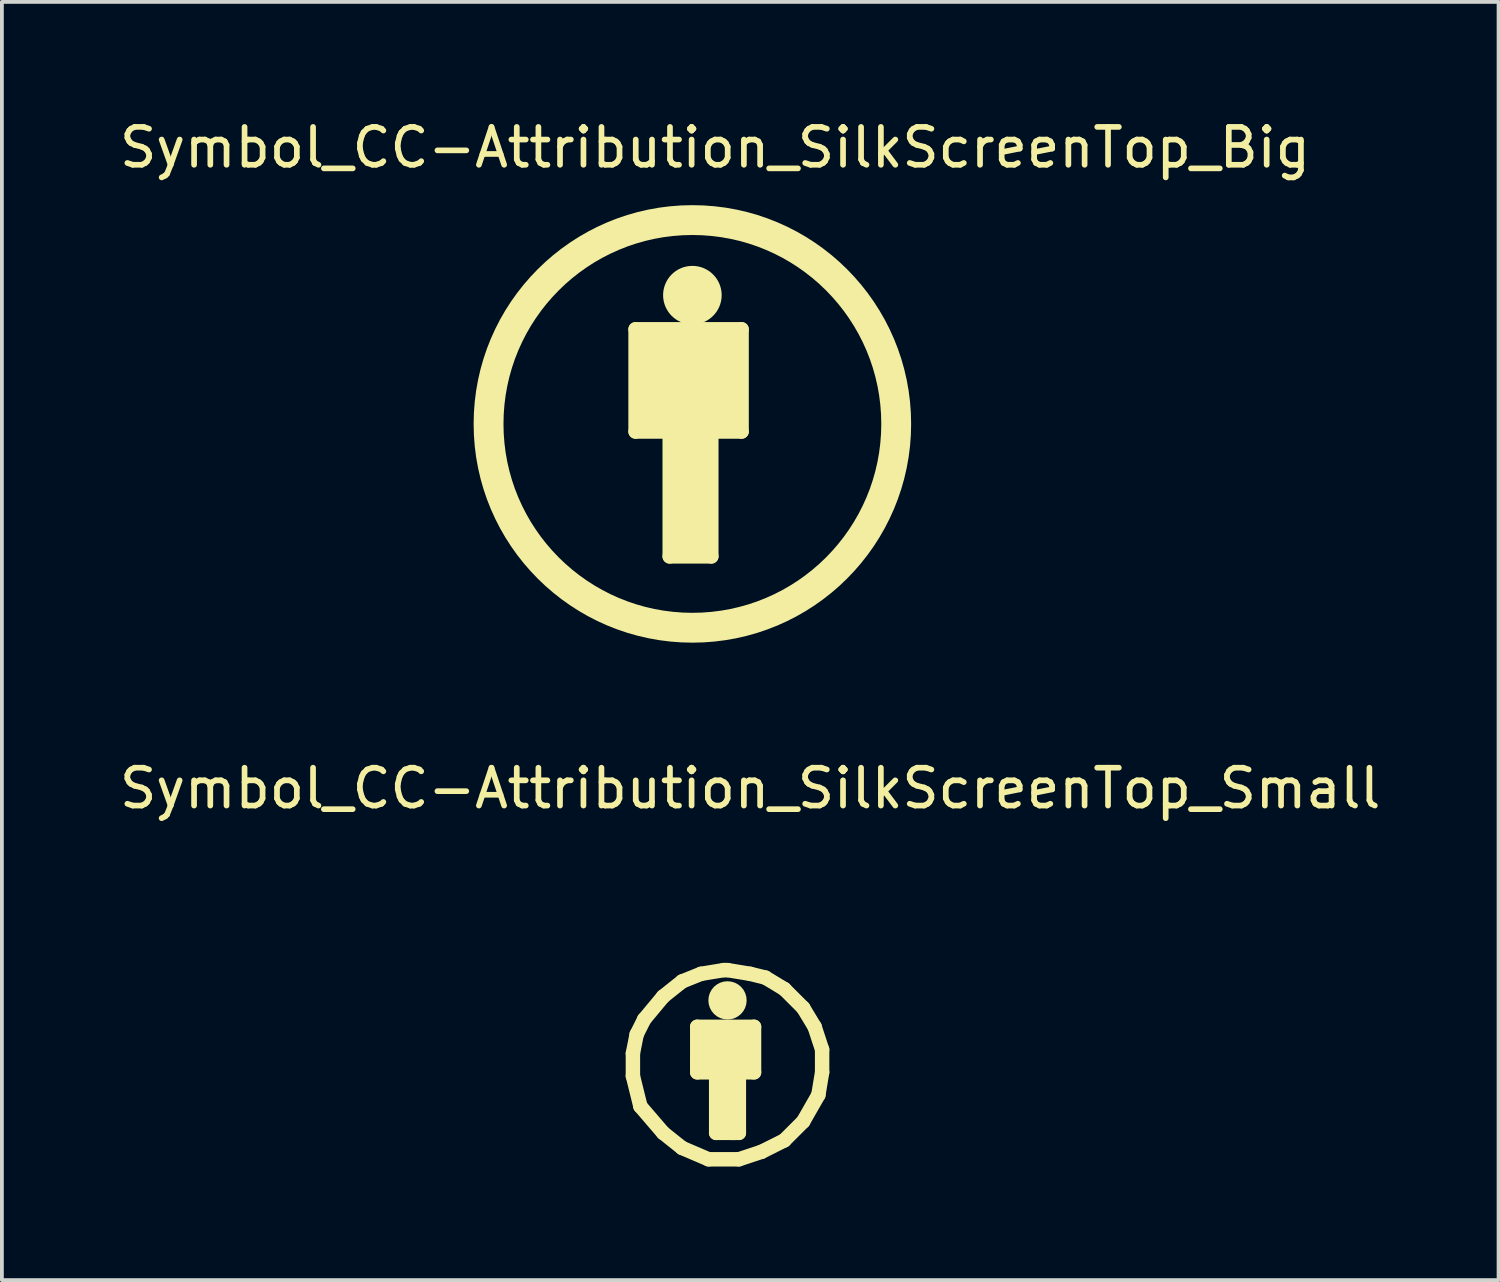
<source format=kicad_pcb>
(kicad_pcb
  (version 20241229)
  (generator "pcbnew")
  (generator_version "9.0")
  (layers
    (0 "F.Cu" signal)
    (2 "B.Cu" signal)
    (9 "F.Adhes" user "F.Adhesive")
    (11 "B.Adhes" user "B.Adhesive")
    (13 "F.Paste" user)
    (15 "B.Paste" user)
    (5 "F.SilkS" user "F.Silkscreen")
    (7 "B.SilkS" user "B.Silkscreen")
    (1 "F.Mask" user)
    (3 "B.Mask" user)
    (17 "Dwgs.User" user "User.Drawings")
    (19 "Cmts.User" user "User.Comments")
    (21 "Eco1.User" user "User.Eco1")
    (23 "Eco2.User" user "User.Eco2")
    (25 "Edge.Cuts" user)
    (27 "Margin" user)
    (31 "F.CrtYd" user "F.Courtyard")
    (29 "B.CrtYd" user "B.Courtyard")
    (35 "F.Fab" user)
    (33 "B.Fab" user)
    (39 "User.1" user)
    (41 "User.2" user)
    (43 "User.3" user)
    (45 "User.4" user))
  (footprint "Symbol_CC-Attribution_SilkScreenTop_Big"
    (layer "F.Cu")
    (at 15.24 8.148)
    (property "Reference" "Symbol_CC-Attribution_SilkScreenTop_Big" (at 0.599 -7.3 0) (layer "F.SilkS") (effects (font (size 1 1) (thickness 0.15))))
    (attr exclude_from_pos_files exclude_from_bom)
    (fp_line (start -5.4 0.099) (end -5.199 1.3) (stroke (width 0.381) (type solid)) (layer "F.SilkS"))
    (fp_line (start -5.301 -1.1) (end -5.4 0.099) (stroke (width 0.381) (type solid)) (layer "F.SilkS"))
    (fp_line (start -5.199 1.3) (end -4.801 2.4) (stroke (width 0.381) (type solid)) (layer "F.SilkS"))
    (fp_line (start -5.001 -2.101) (end -5.301 -1.1) (stroke (width 0.381) (type solid)) (layer "F.SilkS"))
    (fp_line (start -4.801 2.4) (end -3.8 3.899) (stroke (width 0.381) (type solid)) (layer "F.SilkS"))
    (fp_line (start -4.501 -3) (end -5.001 -2.101) (stroke (width 0.381) (type solid)) (layer "F.SilkS"))
    (fp_line (start -4 -3.599) (end -4.501 -3) (stroke (width 0.381) (type solid)) (layer "F.SilkS"))
    (fp_line (start -3.8 3.899) (end -2.601 4.801) (stroke (width 0.381) (type solid)) (layer "F.SilkS"))
    (fp_line (start -3.299 -4.201) (end -4 -3.599) (stroke (width 0.381) (type solid)) (layer "F.SilkS"))
    (fp_line (start -2.7 -4.699) (end -3.299 -4.201) (stroke (width 0.381) (type solid)) (layer "F.SilkS"))
    (fp_line (start -2.601 4.801) (end -1.3 5.301) (stroke (width 0.381) (type solid)) (layer "F.SilkS"))
    (fp_line (start -1.999 -4.9) (end -2.7 -4.699) (stroke (width 0.381) (type solid)) (layer "F.SilkS"))
    (fp_line (start -1.501 -2.499) (end 1.3 -2.499) (stroke (width 0.381) (type solid)) (layer "F.SilkS"))
    (fp_line (start -1.501 0.201) (end -1.501 -2.499) (stroke (width 0.381) (type solid)) (layer "F.SilkS"))
    (fp_line (start -1.4 -2.2) (end 1.1 -2.2) (stroke (width 0.381) (type solid)) (layer "F.SilkS"))
    (fp_line (start -1.4 -1.9) (end -1.4 -1.501) (stroke (width 0.381) (type solid)) (layer "F.SilkS"))
    (fp_line (start -1.4 -1.6) (end 1.199 -1.6) (stroke (width 0.381) (type solid)) (layer "F.SilkS"))
    (fp_line (start -1.4 -1.501) (end -1.4 -1.6) (stroke (width 0.381) (type solid)) (layer "F.SilkS"))
    (fp_line (start -1.4 -0.8) (end -1.4 -0.5) (stroke (width 0.381) (type solid)) (layer "F.SilkS"))
    (fp_line (start -1.4 -0.5) (end 1.1 -0.5) (stroke (width 0.381) (type solid)) (layer "F.SilkS"))
    (fp_line (start -1.4 -0.3) (end -1.4 -0.099) (stroke (width 0.381) (type solid)) (layer "F.SilkS"))
    (fp_line (start -1.4 -0.099) (end 1.1 -0.099) (stroke (width 0.381) (type solid)) (layer "F.SilkS"))
    (fp_line (start -1.3 -5.1) (end -1.999 -4.9) (stroke (width 0.381) (type solid)) (layer "F.SilkS"))
    (fp_line (start -1.3 -1.3) (end -1.3 -1.1) (stroke (width 0.381) (type solid)) (layer "F.SilkS"))
    (fp_line (start -1.3 -1.1) (end 1.1 -1.1) (stroke (width 0.381) (type solid)) (layer "F.SilkS"))
    (fp_line (start -1.3 5.301) (end 0.099 5.301) (stroke (width 0.381) (type solid)) (layer "F.SilkS"))
    (fp_line (start -0.599 0.3) (end -0.599 3.5) (stroke (width 0.381) (type solid)) (layer "F.SilkS"))
    (fp_line (start -0.599 3.5) (end 0.5 3.5) (stroke (width 0.381) (type solid)) (layer "F.SilkS"))
    (fp_line (start -0.5 -5.4) (end -1.3 -5.1) (stroke (width 0.381) (type solid)) (layer "F.SilkS"))
    (fp_line (start -0.399 0.3) (end -0.399 3.299) (stroke (width 0.381) (type solid)) (layer "F.SilkS"))
    (fp_line (start -0.399 3.299) (end -0.201 3.299) (stroke (width 0.381) (type solid)) (layer "F.SilkS"))
    (fp_line (start -0.3 -3.8) (end -0.3 -3.099) (stroke (width 0.381) (type solid)) (layer "F.SilkS"))
    (fp_line (start -0.201 0.3) (end 0.099 0.3) (stroke (width 0.381) (type solid)) (layer "F.SilkS"))
    (fp_line (start -0.201 3.299) (end -0.201 0.3) (stroke (width 0.381) (type solid)) (layer "F.SilkS"))
    (fp_line (start 0 -5.4) (end -0.5 -5.4) (stroke (width 0.381) (type solid)) (layer "F.SilkS"))
    (fp_line (start 0 -3.8) (end 0 -3) (stroke (width 0.381) (type solid)) (layer "F.SilkS"))
    (fp_line (start 0.099 0.3) (end 0.099 3.401) (stroke (width 0.381) (type solid)) (layer "F.SilkS"))
    (fp_line (start 0.099 3.401) (end 0.3 3.401) (stroke (width 0.381) (type solid)) (layer "F.SilkS"))
    (fp_line (start 0.099 5.301) (end 1.6 5.199) (stroke (width 0.381) (type solid)) (layer "F.SilkS"))
    (fp_line (start 0.3 -3.8) (end 0.3 -3) (stroke (width 0.381) (type solid)) (layer "F.SilkS"))
    (fp_line (start 0.3 3.401) (end 0.3 0.3) (stroke (width 0.381) (type solid)) (layer "F.SilkS"))
    (fp_line (start 0.5 3.5) (end 0.5 0.3) (stroke (width 0.381) (type solid)) (layer "F.SilkS"))
    (fp_line (start 1.1 -1.1) (end 1.1 -0.8) (stroke (width 0.381) (type solid)) (layer "F.SilkS"))
    (fp_line (start 1.1 -0.8) (end -1.4 -0.8) (stroke (width 0.381) (type solid)) (layer "F.SilkS"))
    (fp_line (start 1.1 -0.5) (end 1.1 -0.3) (stroke (width 0.381) (type solid)) (layer "F.SilkS"))
    (fp_line (start 1.1 -0.3) (end -1.4 -0.3) (stroke (width 0.381) (type solid)) (layer "F.SilkS"))
    (fp_line (start 1.199 -1.9) (end -1.4 -1.9) (stroke (width 0.381) (type solid)) (layer "F.SilkS"))
    (fp_line (start 1.199 -1.6) (end 1.199 -1.3) (stroke (width 0.381) (type solid)) (layer "F.SilkS"))
    (fp_line (start 1.199 -1.3) (end -1.3 -1.3) (stroke (width 0.381) (type solid)) (layer "F.SilkS"))
    (fp_line (start 1.3 -2.499) (end 1.3 0.201) (stroke (width 0.381) (type solid)) (layer "F.SilkS"))
    (fp_line (start 1.3 0.201) (end -1.501 0.201) (stroke (width 0.381) (type solid)) (layer "F.SilkS"))
    (fp_line (start 1.4 -5.199) (end 0 -5.301) (stroke (width 0.381) (type solid)) (layer "F.SilkS"))
    (fp_line (start 1.6 5.199) (end 2.601 4.699) (stroke (width 0.381) (type solid)) (layer "F.SilkS"))
    (fp_line (start 2.4 -4.801) (end 1.4 -5.199) (stroke (width 0.381) (type solid)) (layer "F.SilkS"))
    (fp_line (start 2.601 4.699) (end 4.201 3.401) (stroke (width 0.381) (type solid)) (layer "F.SilkS"))
    (fp_line (start 3.401 -4.1) (end 2.4 -4.801) (stroke (width 0.381) (type solid)) (layer "F.SilkS"))
    (fp_line (start 4.201 3.401) (end 5.001 1.801) (stroke (width 0.381) (type solid)) (layer "F.SilkS"))
    (fp_line (start 4.699 -2.499) (end 3.401 -4.1) (stroke (width 0.381) (type solid)) (layer "F.SilkS"))
    (fp_line (start 5.001 1.801) (end 5.4 0.3) (stroke (width 0.381) (type solid)) (layer "F.SilkS"))
    (fp_line (start 5.199 -1.4) (end 4.699 -2.499) (stroke (width 0.381) (type solid)) (layer "F.SilkS"))
    (fp_line (start 5.4 0.3) (end 5.199 -1.4) (stroke (width 0.381) (type solid)) (layer "F.SilkS"))
    (fp_circle (center 0 -3.401) (end 0.3 -2.901) (stroke (width 0.381) (type solid)) (fill no) (layer "F.SilkS"))
    (fp_circle (center 0 0) (end 5.08 1.016) (stroke (width 0.381) (type solid)) (fill no) (layer "F.SilkS"))
    (fp_circle (center 0 0) (end 5.588 0) (stroke (width 0.381) (type solid)) (fill no) (layer "F.SilkS")))
  (footprint "Symbol_CC-Attribution_SilkScreenTop_Small"
    (layer "F.Cu")
    (at 16.168 25.075)
    (property "Reference" "Symbol_CC-Attribution_SilkScreenTop_Small" (at 0.599 -7.3 0) (layer "F.SilkS") (effects (font (size 1 1) (thickness 0.15))))
    (attr exclude_from_pos_files exclude_from_bom)
    (fp_line (start -2.499 -0.3) (end -2.499 0.3) (stroke (width 0.381) (type solid)) (layer "F.SilkS"))
    (fp_line (start -2.499 0.3) (end -2.301 1.1) (stroke (width 0.381) (type solid)) (layer "F.SilkS"))
    (fp_line (start -2.4 -0.8) (end -2.499 -0.3) (stroke (width 0.381) (type solid)) (layer "F.SilkS"))
    (fp_line (start -2.301 1.1) (end -1.699 1.801) (stroke (width 0.381) (type solid)) (layer "F.SilkS"))
    (fp_line (start -2.2 -1.199) (end -2.4 -0.8) (stroke (width 0.381) (type solid)) (layer "F.SilkS"))
    (fp_line (start -1.699 -1.801) (end -2.2 -1.199) (stroke (width 0.381) (type solid)) (layer "F.SilkS"))
    (fp_line (start -1.699 1.801) (end -1.199 2.2) (stroke (width 0.381) (type solid)) (layer "F.SilkS"))
    (fp_line (start -1.199 -2.2) (end -1.699 -1.801) (stroke (width 0.381) (type solid)) (layer "F.SilkS"))
    (fp_line (start -1.199 2.2) (end -0.5 2.499) (stroke (width 0.381) (type solid)) (layer "F.SilkS"))
    (fp_line (start -0.8 -1.001) (end 0.701 -1.001) (stroke (width 0.381) (type solid)) (layer "F.SilkS"))
    (fp_line (start -0.8 -0.099) (end 0.5 -0.099) (stroke (width 0.381) (type solid)) (layer "F.SilkS"))
    (fp_line (start -0.8 0.201) (end -0.8 -1.001) (stroke (width 0.381) (type solid)) (layer "F.SilkS"))
    (fp_line (start -0.701 -2.4) (end -1.199 -2.2) (stroke (width 0.381) (type solid)) (layer "F.SilkS"))
    (fp_line (start -0.701 -0.701) (end 0.599 -0.701) (stroke (width 0.381) (type solid)) (layer "F.SilkS"))
    (fp_line (start -0.5 2.499) (end 0.3 2.499) (stroke (width 0.381) (type solid)) (layer "F.SilkS"))
    (fp_line (start -0.3 0.3) (end -0.3 1.801) (stroke (width 0.381) (type solid)) (layer "F.SilkS"))
    (fp_line (start -0.3 1.801) (end 0.201 1.801) (stroke (width 0.381) (type solid)) (layer "F.SilkS"))
    (fp_line (start -0.099 -2.499) (end -0.701 -2.4) (stroke (width 0.381) (type solid)) (layer "F.SilkS"))
    (fp_line (start 0 -2.499) (end -0.099 -2.499) (stroke (width 0.381) (type solid)) (layer "F.SilkS"))
    (fp_line (start 0 -1.9) (end 0 -1.501) (stroke (width 0.381) (type solid)) (layer "F.SilkS"))
    (fp_line (start 0 0.3) (end 0 1.6) (stroke (width 0.381) (type solid)) (layer "F.SilkS"))
    (fp_line (start 0.099 1.801) (end 0.3 1.801) (stroke (width 0.381) (type solid)) (layer "F.SilkS"))
    (fp_line (start 0.3 1.801) (end 0.3 0.201) (stroke (width 0.381) (type solid)) (layer "F.SilkS"))
    (fp_line (start 0.3 2.499) (end 0.899 2.301) (stroke (width 0.381) (type solid)) (layer "F.SilkS"))
    (fp_line (start 0.5 -0.399) (end -0.701 -0.399) (stroke (width 0.381) (type solid)) (layer "F.SilkS"))
    (fp_line (start 0.599 -2.4) (end 0 -2.499) (stroke (width 0.381) (type solid)) (layer "F.SilkS"))
    (fp_line (start 0.701 -1.001) (end 0.701 0.201) (stroke (width 0.381) (type solid)) (layer "F.SilkS"))
    (fp_line (start 0.701 0.201) (end -0.8 0.201) (stroke (width 0.381) (type solid)) (layer "F.SilkS"))
    (fp_line (start 0.899 2.301) (end 1.501 1.999) (stroke (width 0.381) (type solid)) (layer "F.SilkS"))
    (fp_line (start 1.001 -2.301) (end 0.599 -2.4) (stroke (width 0.381) (type solid)) (layer "F.SilkS"))
    (fp_line (start 1.501 -1.999) (end 1.001 -2.301) (stroke (width 0.381) (type solid)) (layer "F.SilkS"))
    (fp_line (start 1.501 1.999) (end 1.999 1.501) (stroke (width 0.381) (type solid)) (layer "F.SilkS"))
    (fp_line (start 1.999 -1.501) (end 1.501 -1.999) (stroke (width 0.381) (type solid)) (layer "F.SilkS"))
    (fp_line (start 1.999 1.501) (end 2.4 0.8) (stroke (width 0.381) (type solid)) (layer "F.SilkS"))
    (fp_line (start 2.301 -1.001) (end 1.999 -1.501) (stroke (width 0.381) (type solid)) (layer "F.SilkS"))
    (fp_line (start 2.4 0.8) (end 2.499 0.201) (stroke (width 0.381) (type solid)) (layer "F.SilkS"))
    (fp_line (start 2.499 -0.399) (end 2.301 -1.001) (stroke (width 0.381) (type solid)) (layer "F.SilkS"))
    (fp_line (start 2.499 0.201) (end 2.499 -0.399) (stroke (width 0.381) (type solid)) (layer "F.SilkS"))
    (fp_circle (center 0 -1.699) (end 0.099 -1.4) (stroke (width 0.381) (type solid)) (fill no) (layer "F.SilkS")))
  (gr_rect
    (start -3 -3)
    (end 36.536 30.765)
    (stroke (width 0.1) (type default))
    (fill no)
    (layer "Edge.Cuts")))
</source>
